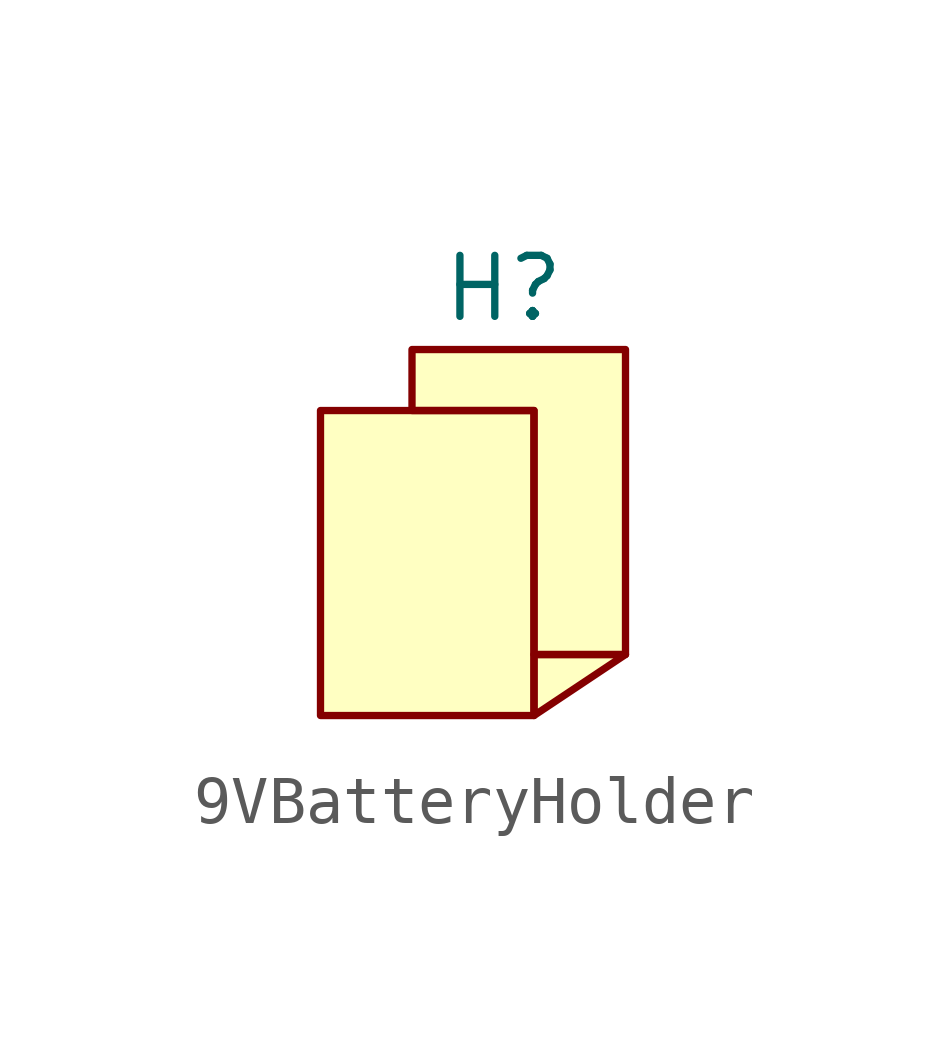
<source format=kicad_sym>
(kicad_symbol_lib
  (version 20220914)
  (generator kicad_symbol_editor)
  (symbol "9VBatteryHolder"
    (property "Reference" "H"
      (at 0 5.715 0)
      (effects (font (size 1.27 1.27))))
    (property "Value" ""
      (at 0 0 0)
      (effects (font (size 1.27 1.27))))
    (symbol "9VBatteryHolder_1_1"
      (rectangle (start -3.81 3.175) (end 0.635 -3.175) (stroke (width 0) (type default)) (fill (type background)))
      (polyline (pts (xy 0.635 -3.175) (xy 2.54 -1.905) (xy 0.635 -1.905) (xy 0.635 -3.175)) (stroke (width 0) (type default)) (fill (type background)))
      (polyline (pts (xy 2.54 -1.905) (xy 2.54 4.445) (xy -1.905 4.445) (xy -1.905 3.175) (xy 0.635 3.175) (xy 0.635 -1.905) (xy 2.54 -1.905)) (stroke (width 0) (type default)) (fill (type background))))))
</source>
